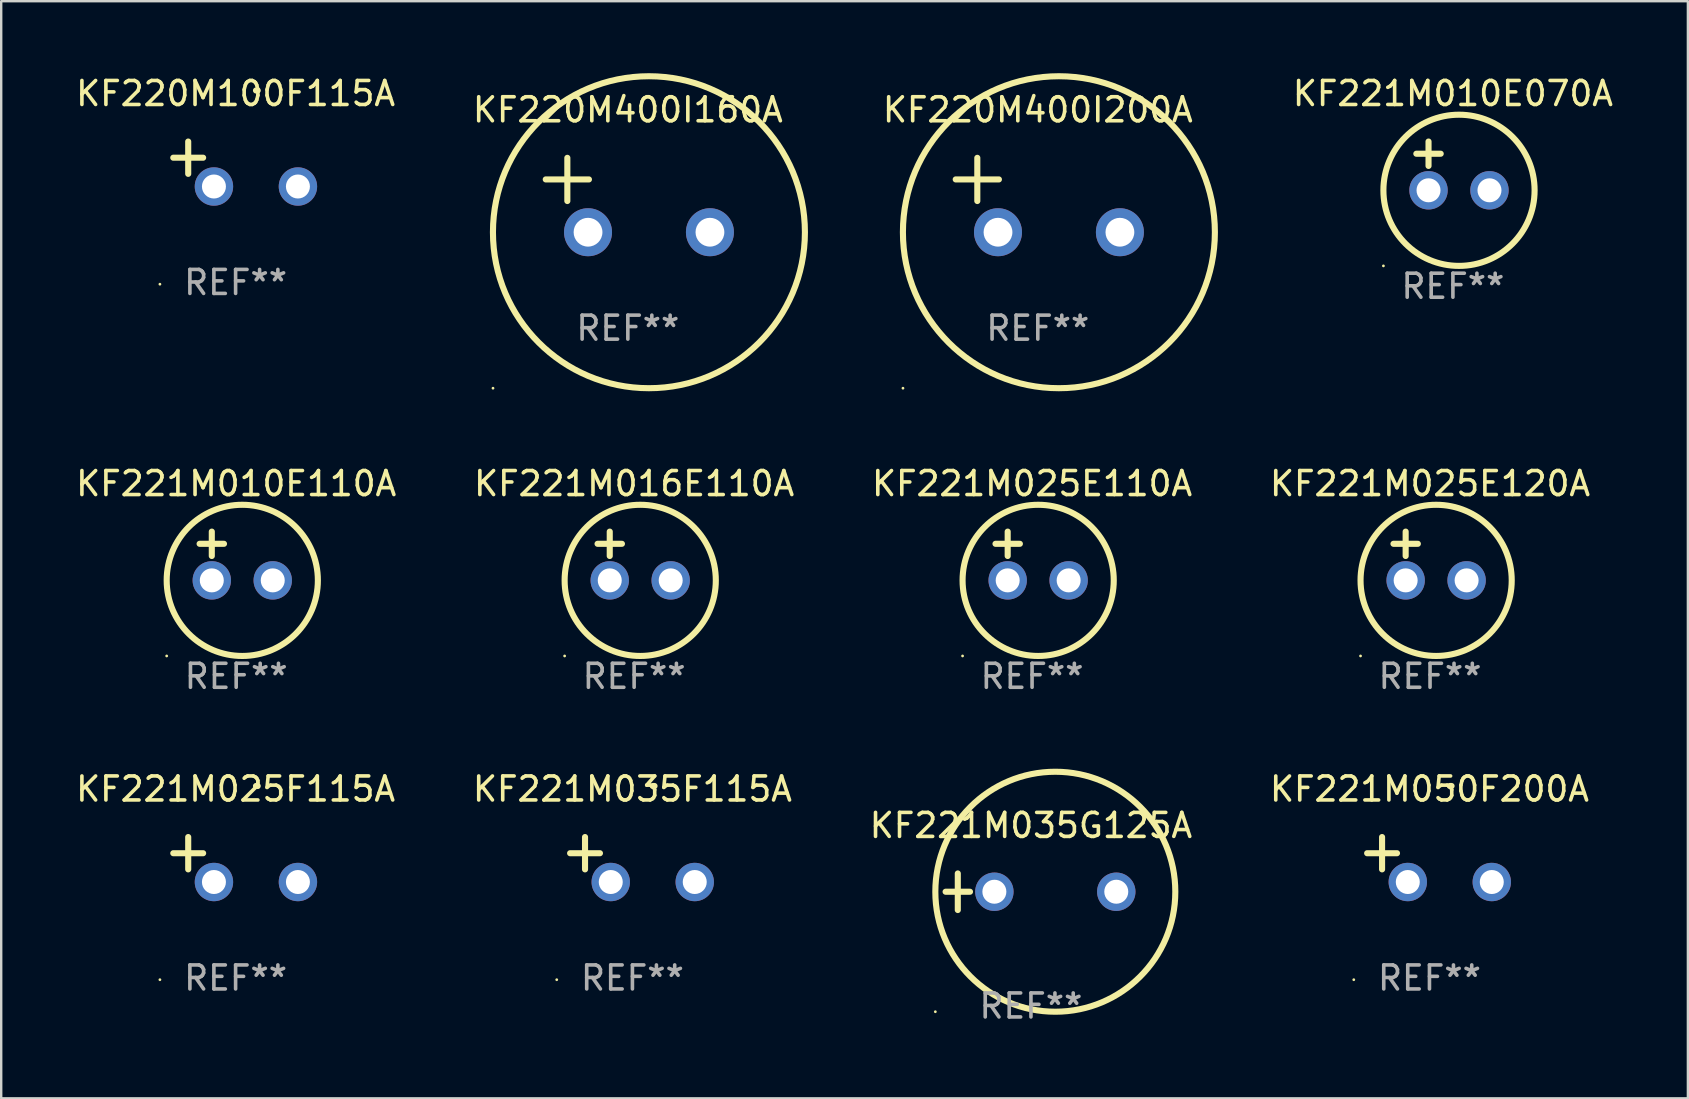
<source format=kicad_pcb>
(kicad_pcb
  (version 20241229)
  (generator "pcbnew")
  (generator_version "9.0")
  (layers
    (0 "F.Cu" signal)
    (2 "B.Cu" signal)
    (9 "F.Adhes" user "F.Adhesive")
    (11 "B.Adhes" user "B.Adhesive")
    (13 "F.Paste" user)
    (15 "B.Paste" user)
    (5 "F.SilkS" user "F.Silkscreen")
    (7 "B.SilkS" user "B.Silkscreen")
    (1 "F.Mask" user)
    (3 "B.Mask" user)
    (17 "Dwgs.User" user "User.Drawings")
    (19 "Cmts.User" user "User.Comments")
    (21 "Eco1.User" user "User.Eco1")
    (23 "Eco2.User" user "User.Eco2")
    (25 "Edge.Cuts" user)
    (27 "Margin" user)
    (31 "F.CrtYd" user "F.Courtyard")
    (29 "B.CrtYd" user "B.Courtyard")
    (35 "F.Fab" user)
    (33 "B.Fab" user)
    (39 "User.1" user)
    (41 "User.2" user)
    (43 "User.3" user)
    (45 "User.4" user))
  (footprint "KF221M050F200A"
    (layer "F.Cu")
    (at 56.518 32.768)
    (property "Reference" "KF221M050F200A" (at 0 -2.937 0) (layer "F.SilkS") (effects (font (size 1 1) (thickness 0.15))))
    (attr through_hole)
    (fp_line (start -1.975 0.41) (end -1.975 -0.937) (stroke (width 0.254) (type solid)) (layer "F.SilkS"))
    (fp_line (start -1.353 -0.263) (end -2.597 -0.263) (stroke (width 0.254) (type solid)) (layer "F.SilkS"))
    (fp_arc (start 0.849809 -3.063957) (mid 0.885369 -3.064114) (end 0.920929 -3.063957) (stroke (width 0.254001) (type solid)) (layer "F.SilkS"))
    (fp_circle (center -3.154 5.008) (end -3.124 5.008) (stroke (width 0.06) (type solid)) (fill no) (layer "F.SilkS"))
    (fp_text user "REF**" (at 0 4.937 0) (layer "F.Fab") (effects (font (size 1 1) (thickness 0.15))))
    (pad "1" thru_hole circle (at -0.903 0.937) (size 1.6 1.6) (drill 1) (layers "*.Cu" "*.Mask"))
    (pad "2" thru_hole circle (at 2.597 0.937) (size 1.6 1.6) (drill 1) (layers "*.Cu" "*.Mask")))
  (footprint "KF221M025E110A"
    (layer "F.Cu")
    (at 39.958 20.119)
    (property "Reference" "KF221M025E110A" (at 0 -3.016 0) (layer "F.SilkS") (effects (font (size 1 1) (thickness 0.15))))
    (attr through_hole)
    (fp_line (start -1.524 -0.508) (end -0.508 -0.508) (stroke (width 0.254) (type solid)) (layer "F.SilkS"))
    (fp_line (start -1.016 -1.016) (end -1.016 0) (stroke (width 0.254) (type solid)) (layer "F.SilkS"))
    (fp_circle (center -2.896 4.166) (end -2.866 4.166) (stroke (width 0.06) (type solid)) (fill no) (layer "F.SilkS"))
    (fp_circle (center 0.254 1.016) (end 3.404 1.016) (stroke (width 0.254) (type solid)) (fill no) (layer "F.SilkS"))
    (fp_text user "REF**" (at 0 5.016 0) (layer "F.Fab") (effects (font (size 1 1) (thickness 0.15))))
    (pad "1" thru_hole circle (at -1.016 1.016) (size 1.6 1.6) (drill 1) (layers "*.Cu" "*.Mask"))
    (pad "2" thru_hole circle (at 1.524 1.016) (size 1.6 1.6) (drill 1) (layers "*.Cu" "*.Mask")))
  (footprint "KF221M010E070A"
    (layer "F.Cu")
    (at 57.495 3.864)
    (property "Reference" "KF221M010E070A" (at 0 -3.016 0) (layer "F.SilkS") (effects (font (size 1 1) (thickness 0.15))))
    (attr through_hole)
    (fp_line (start -1.524 -0.508) (end -0.508 -0.508) (stroke (width 0.254) (type solid)) (layer "F.SilkS"))
    (fp_line (start -1.016 -1.016) (end -1.016 0) (stroke (width 0.254) (type solid)) (layer "F.SilkS"))
    (fp_circle (center -2.896 4.166) (end -2.866 4.166) (stroke (width 0.06) (type solid)) (fill no) (layer "F.SilkS"))
    (fp_circle (center 0.254 1.016) (end 3.404 1.016) (stroke (width 0.254) (type solid)) (fill no) (layer "F.SilkS"))
    (fp_text user "REF**" (at 0 5.016 0) (layer "F.Fab") (effects (font (size 1 1) (thickness 0.15))))
    (pad "1" thru_hole circle (at -1.016 1.016) (size 1.6 1.6) (drill 1) (layers "*.Cu" "*.Mask"))
    (pad "2" thru_hole circle (at 1.524 1.016) (size 1.6 1.6) (drill 1) (layers "*.Cu" "*.Mask")))
  (footprint "KF221M035F115A"
    (layer "F.Cu")
    (at 23.304 32.768)
    (property "Reference" "KF221M035F115A" (at 0 -2.937 0) (layer "F.SilkS") (effects (font (size 1 1) (thickness 0.15))))
    (attr through_hole)
    (fp_line (start -1.975 0.41) (end -1.975 -0.937) (stroke (width 0.254) (type solid)) (layer "F.SilkS"))
    (fp_line (start -1.353 -0.263) (end -2.597 -0.263) (stroke (width 0.254) (type solid)) (layer "F.SilkS"))
    (fp_arc (start 0.849809 -3.063957) (mid 0.885369 -3.064114) (end 0.920929 -3.063957) (stroke (width 0.254001) (type solid)) (layer "F.SilkS"))
    (fp_circle (center -3.154 5.008) (end -3.124 5.008) (stroke (width 0.06) (type solid)) (fill no) (layer "F.SilkS"))
    (fp_text user "REF**" (at 0 4.937 0) (layer "F.Fab") (effects (font (size 1 1) (thickness 0.15))))
    (pad "1" thru_hole circle (at -0.903 0.937) (size 1.6 1.6) (drill 1) (layers "*.Cu" "*.Mask"))
    (pad "2" thru_hole circle (at 2.597 0.937) (size 1.6 1.6) (drill 1) (layers "*.Cu" "*.Mask")))
  (footprint "KF221M016E110A"
    (layer "F.Cu")
    (at 23.375 20.119)
    (property "Reference" "KF221M016E110A" (at 0 -3.016 0) (layer "F.SilkS") (effects (font (size 1 1) (thickness 0.15))))
    (attr through_hole)
    (fp_line (start -1.524 -0.508) (end -0.508 -0.508) (stroke (width 0.254) (type solid)) (layer "F.SilkS"))
    (fp_line (start -1.016 -1.016) (end -1.016 0) (stroke (width 0.254) (type solid)) (layer "F.SilkS"))
    (fp_circle (center -2.896 4.166) (end -2.866 4.166) (stroke (width 0.06) (type solid)) (fill no) (layer "F.SilkS"))
    (fp_circle (center 0.254 1.016) (end 3.404 1.016) (stroke (width 0.254) (type solid)) (fill no) (layer "F.SilkS"))
    (fp_text user "REF**" (at 0 5.016 0) (layer "F.Fab") (effects (font (size 1 1) (thickness 0.15))))
    (pad "1" thru_hole circle (at -1.016 1.016) (size 1.6 1.6) (drill 1) (layers "*.Cu" "*.Mask"))
    (pad "2" thru_hole circle (at 1.524 1.016) (size 1.6 1.6) (drill 1) (layers "*.Cu" "*.Mask")))
  (footprint "KF221M025F115A"
    (layer "F.Cu")
    (at 6.768 32.768)
    (property "Reference" "KF221M025F115A" (at 0 -2.937 0) (layer "F.SilkS") (effects (font (size 1 1) (thickness 0.15))))
    (attr through_hole)
    (fp_line (start -1.975 0.41) (end -1.975 -0.937) (stroke (width 0.254) (type solid)) (layer "F.SilkS"))
    (fp_line (start -1.353 -0.263) (end -2.597 -0.263) (stroke (width 0.254) (type solid)) (layer "F.SilkS"))
    (fp_arc (start 0.849809 -3.063957) (mid 0.885369 -3.064114) (end 0.920929 -3.063957) (stroke (width 0.254001) (type solid)) (layer "F.SilkS"))
    (fp_circle (center -3.154 5.008) (end -3.124 5.008) (stroke (width 0.06) (type solid)) (fill no) (layer "F.SilkS"))
    (fp_text user "REF**" (at 0 4.937 0) (layer "F.Fab") (effects (font (size 1 1) (thickness 0.15))))
    (pad "1" thru_hole circle (at -0.903 0.937) (size 1.6 1.6) (drill 1) (layers "*.Cu" "*.Mask"))
    (pad "2" thru_hole circle (at 2.597 0.937) (size 1.6 1.6) (drill 1) (layers "*.Cu" "*.Mask")))
  (footprint "KF221M010E110A"
    (layer "F.Cu")
    (at 6.792 20.119)
    (property "Reference" "KF221M010E110A" (at 0 -3.016 0) (layer "F.SilkS") (effects (font (size 1 1) (thickness 0.15))))
    (attr through_hole)
    (fp_line (start -1.524 -0.508) (end -0.508 -0.508) (stroke (width 0.254) (type solid)) (layer "F.SilkS"))
    (fp_line (start -1.016 -1.016) (end -1.016 0) (stroke (width 0.254) (type solid)) (layer "F.SilkS"))
    (fp_circle (center -2.896 4.166) (end -2.866 4.166) (stroke (width 0.06) (type solid)) (fill no) (layer "F.SilkS"))
    (fp_circle (center 0.254 1.016) (end 3.404 1.016) (stroke (width 0.254) (type solid)) (fill no) (layer "F.SilkS"))
    (fp_text user "REF**" (at 0 5.016 0) (layer "F.Fab") (effects (font (size 1 1) (thickness 0.15))))
    (pad "1" thru_hole circle (at -1.016 1.016) (size 1.6 1.6) (drill 1) (layers "*.Cu" "*.Mask"))
    (pad "2" thru_hole circle (at 1.524 1.016) (size 1.6 1.6) (drill 1) (layers "*.Cu" "*.Mask")))
  (footprint "KF220M400I160A"
    (layer "F.Cu")
    (at 23.113 5.077)
    (property "Reference" "KF220M400I160A" (at 0 -3.55 0) (layer "F.SilkS") (effects (font (size 1 1) (thickness 0.15))))
    (attr through_hole)
    (fp_line (start -3.421 -0.65) (end -1.621 -0.65) (stroke (width 0.254) (type solid)) (layer "F.SilkS"))
    (fp_line (start -2.521 -1.55) (end -2.521 0.25) (stroke (width 0.254) (type solid)) (layer "F.SilkS"))
    (fp_circle (center -5.619 8.05) (end -5.589 8.05) (stroke (width 0.06) (type solid)) (fill no) (layer "F.SilkS"))
    (fp_circle (center 0.879 1.55) (end 7.379 1.55) (stroke (width 0.254) (type solid)) (fill no) (layer "F.SilkS"))
    (fp_text user "REF**" (at 0 5.55 0) (layer "F.Fab") (effects (font (size 1 1) (thickness 0.15))))
    (pad "1" thru_hole circle (at -1.659 1.55) (size 2 2) (drill 1.2) (layers "*.Cu" "*.Mask"))
    (pad "2" thru_hole circle (at 3.421 1.55) (size 2 2) (drill 1.2) (layers "*.Cu" "*.Mask")))
  (footprint "KF220M100F115A"
    (layer "F.Cu")
    (at 6.768 3.785)
    (property "Reference" "KF220M100F115A" (at 0 -2.937 0) (layer "F.SilkS") (effects (font (size 1 1) (thickness 0.15))))
    (attr through_hole)
    (fp_line (start -1.975 0.41) (end -1.975 -0.937) (stroke (width 0.254) (type solid)) (layer "F.SilkS"))
    (fp_line (start -1.353 -0.263) (end -2.597 -0.263) (stroke (width 0.254) (type solid)) (layer "F.SilkS"))
    (fp_arc (start 0.849809 -3.063957) (mid 0.885369 -3.064114) (end 0.920929 -3.063957) (stroke (width 0.254001) (type solid)) (layer "F.SilkS"))
    (fp_circle (center -3.154 5.008) (end -3.124 5.008) (stroke (width 0.06) (type solid)) (fill no) (layer "F.SilkS"))
    (fp_text user "REF**" (at 0 4.937 0) (layer "F.Fab") (effects (font (size 1 1) (thickness 0.15))))
    (pad "1" thru_hole circle (at -0.903 0.937) (size 1.6 1.6) (drill 1) (layers "*.Cu" "*.Mask"))
    (pad "2" thru_hole circle (at 2.597 0.937) (size 1.6 1.6) (drill 1) (layers "*.Cu" "*.Mask")))
  (footprint "KF220M400I200A"
    (layer "F.Cu")
    (at 40.197 5.077)
    (property "Reference" "KF220M400I200A" (at 0 -3.55 0) (layer "F.SilkS") (effects (font (size 1 1) (thickness 0.15))))
    (attr through_hole)
    (fp_line (start -3.421 -0.65) (end -1.621 -0.65) (stroke (width 0.254) (type solid)) (layer "F.SilkS"))
    (fp_line (start -2.521 -1.55) (end -2.521 0.25) (stroke (width 0.254) (type solid)) (layer "F.SilkS"))
    (fp_circle (center -5.619 8.05) (end -5.589 8.05) (stroke (width 0.06) (type solid)) (fill no) (layer "F.SilkS"))
    (fp_circle (center 0.879 1.55) (end 7.379 1.55) (stroke (width 0.254) (type solid)) (fill no) (layer "F.SilkS"))
    (fp_text user "REF**" (at 0 5.55 0) (layer "F.Fab") (effects (font (size 1 1) (thickness 0.15))))
    (pad "1" thru_hole circle (at -1.659 1.55) (size 2 2) (drill 1.2) (layers "*.Cu" "*.Mask"))
    (pad "2" thru_hole circle (at 3.421 1.55) (size 2 2) (drill 1.2) (layers "*.Cu" "*.Mask")))
  (footprint "KF221M035G125A"
    (layer "F.Cu")
    (at 39.911 34.11)
    (property "Reference" "KF221M035G125A" (at 0 -2.762 0) (layer "F.SilkS") (effects (font (size 1 1) (thickness 0.15))))
    (attr through_hole)
    (fp_line (start -3.556 0) (end -2.54 0) (stroke (width 0.254) (type solid)) (layer "F.SilkS"))
    (fp_line (start -3.048 -0.762) (end -3.048 0.762) (stroke (width 0.254) (type solid)) (layer "F.SilkS"))
    (fp_circle (center -3.984 5) (end -3.954 5) (stroke (width 0.06) (type solid)) (fill no) (layer "F.SilkS"))
    (fp_circle (center 1.016 0) (end 6.016 0) (stroke (width 0.254) (type solid)) (fill no) (layer "F.SilkS"))
    (fp_text user "REF**" (at 0 4.762 0) (layer "F.Fab") (effects (font (size 1 1) (thickness 0.15))))
    (pad "1" thru_hole circle (at -1.524 0) (size 1.6 1.6) (drill 1) (layers "*.Cu" "*.Mask"))
    (pad "2" thru_hole circle (at 3.556 0) (size 1.6 1.6) (drill 1) (layers "*.Cu" "*.Mask")))
  (footprint "KF221M025E120A"
    (layer "F.Cu")
    (at 56.542 20.119)
    (property "Reference" "KF221M025E120A" (at 0 -3.016 0) (layer "F.SilkS") (effects (font (size 1 1) (thickness 0.15))))
    (attr through_hole)
    (fp_line (start -1.524 -0.508) (end -0.508 -0.508) (stroke (width 0.254) (type solid)) (layer "F.SilkS"))
    (fp_line (start -1.016 -1.016) (end -1.016 0) (stroke (width 0.254) (type solid)) (layer "F.SilkS"))
    (fp_circle (center -2.896 4.166) (end -2.866 4.166) (stroke (width 0.06) (type solid)) (fill no) (layer "F.SilkS"))
    (fp_circle (center 0.254 1.016) (end 3.404 1.016) (stroke (width 0.254) (type solid)) (fill no) (layer "F.SilkS"))
    (fp_text user "REF**" (at 0 5.016 0) (layer "F.Fab") (effects (font (size 1 1) (thickness 0.15))))
    (pad "1" thru_hole circle (at -1.016 1.016) (size 1.6 1.6) (drill 1) (layers "*.Cu" "*.Mask"))
    (pad "2" thru_hole circle (at 1.524 1.016) (size 1.6 1.6) (drill 1) (layers "*.Cu" "*.Mask")))
  (gr_rect
    (start -3 -3)
    (end 67.287 42.72)
    (stroke (width 0.1) (type default))
    (fill no)
    (layer "Edge.Cuts")))
</source>
